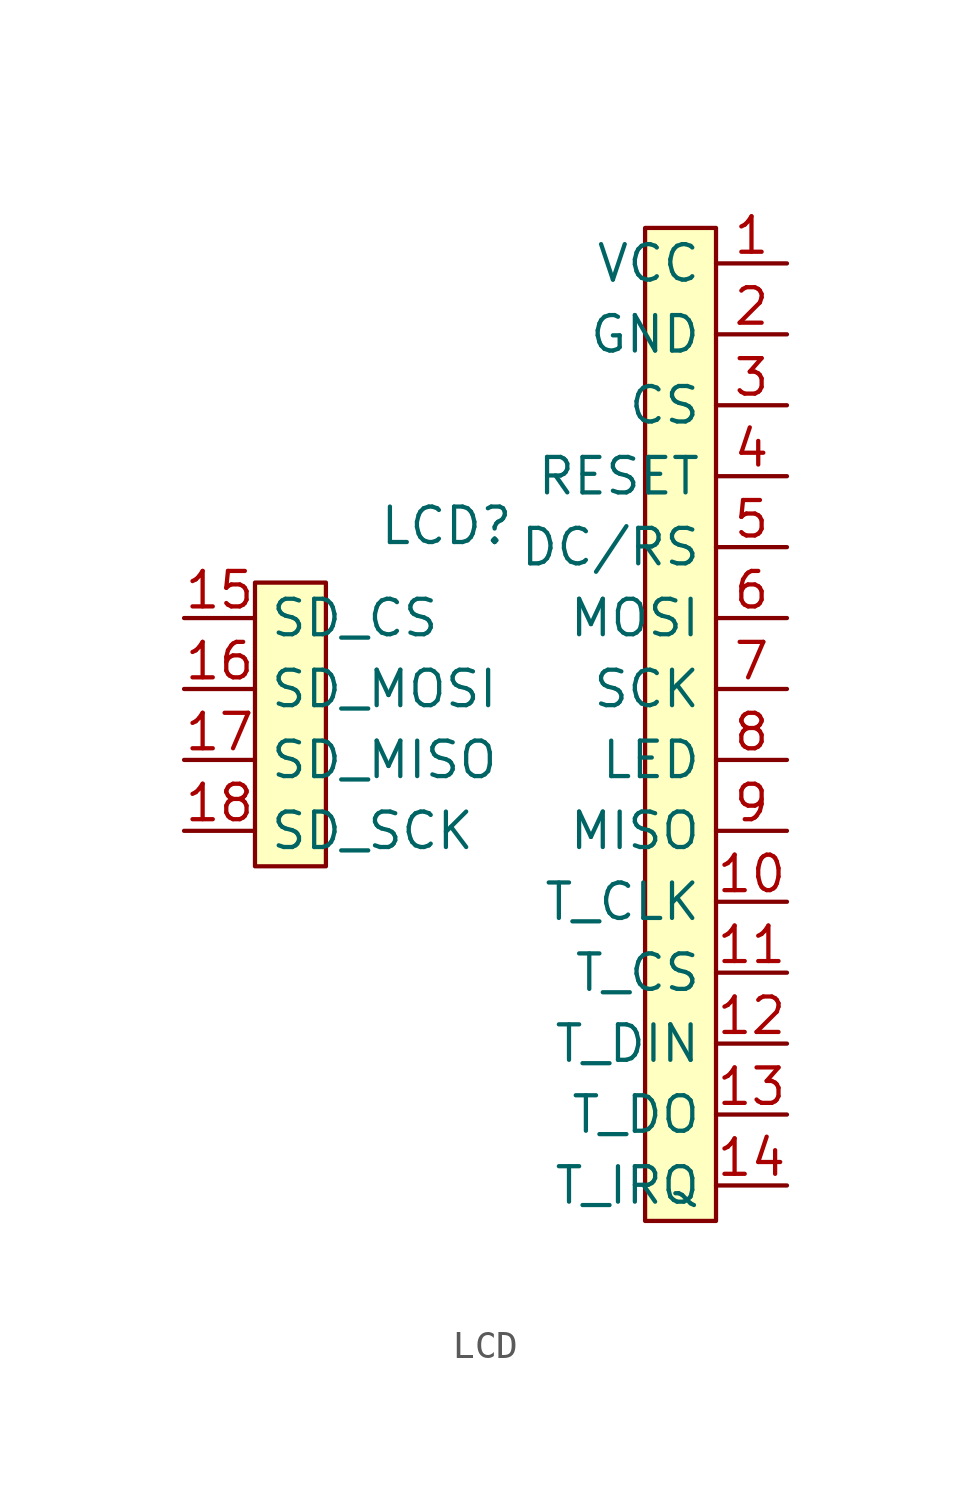
<source format=kicad_sym>
(kicad_symbol_lib
  (version 20241209)
  (generator "kicad_symbol_editor")
  (generator_version "9.0")
  (symbol "LCD"
    (property "Reference" "LCD"
      (at -2.032 7.112 0)
      (effects (font (size 1.27 1.27))))
    (property "Value" ""
      (at 0 0 0)
      (effects (font (size 1.27 1.27))))
    (symbol "LCD_1_1"
      (rectangle (start -8.89 5.08) (end -6.35 -5.08) (stroke (width 0) (type solid)) (fill (type background)))
      (rectangle (start 7.62 -17.78) (end 5.08 17.78) (stroke (width 0) (type solid)) (fill (type background)))
      (pin input line (at -11.43 3.81 0) (length 2.54) (name "SD_CS" (effects (font (size 1.27 1.27)))) (number "15" (effects (font (size 1.27 1.27)))))
      (pin input line (at -11.43 1.27 0) (length 2.54) (name "SD_MOSI" (effects (font (size 1.27 1.27)))) (number "16" (effects (font (size 1.27 1.27)))))
      (pin output line (at -11.43 -1.27 0) (length 2.54) (name "SD_MISO" (effects (font (size 1.27 1.27)))) (number "17" (effects (font (size 1.27 1.27)))))
      (pin input line (at -11.43 -3.81 0) (length 2.54) (name "SD_SCK" (effects (font (size 1.27 1.27)))) (number "18" (effects (font (size 1.27 1.27)))))
      (pin power_in line (at 10.16 16.51 180) (length 2.54) (name "VCC" (effects (font (size 1.27 1.27)))) (number "1" (effects (font (size 1.27 1.27)))))
      (pin power_in line (at 10.16 13.97 180) (length 2.54) (name "GND" (effects (font (size 1.27 1.27)))) (number "2" (effects (font (size 1.27 1.27)))))
      (pin input line (at 10.16 11.43 180) (length 2.54) (name "CS" (effects (font (size 1.27 1.27)))) (number "3" (effects (font (size 1.27 1.27)))))
      (pin input line (at 10.16 8.89 180) (length 2.54) (name "RESET" (effects (font (size 1.27 1.27)))) (number "4" (effects (font (size 1.27 1.27)))))
      (pin input line (at 10.16 6.35 180) (length 2.54) (name "DC/RS" (effects (font (size 1.27 1.27)))) (number "5" (effects (font (size 1.27 1.27)))))
      (pin input line (at 10.16 3.81 180) (length 2.54) (name "MOSI" (effects (font (size 1.27 1.27)))) (number "6" (effects (font (size 1.27 1.27)))))
      (pin input line (at 10.16 1.27 180) (length 2.54) (name "SCK" (effects (font (size 1.27 1.27)))) (number "7" (effects (font (size 1.27 1.27)))))
      (pin input line (at 10.16 -1.27 180) (length 2.54) (name "LED" (effects (font (size 1.27 1.27)))) (number "8" (effects (font (size 1.27 1.27)))))
      (pin output line (at 10.16 -3.81 180) (length 2.54) (name "MISO" (effects (font (size 1.27 1.27)))) (number "9" (effects (font (size 1.27 1.27)))))
      (pin input line (at 10.16 -6.35 180) (length 2.54) (name "T_CLK" (effects (font (size 1.27 1.27)))) (number "10" (effects (font (size 1.27 1.27)))))
      (pin input line (at 10.16 -8.89 180) (length 2.54) (name "T_CS" (effects (font (size 1.27 1.27)))) (number "11" (effects (font (size 1.27 1.27)))))
      (pin input line (at 10.16 -11.43 180) (length 2.54) (name "T_DIN" (effects (font (size 1.27 1.27)))) (number "12" (effects (font (size 1.27 1.27)))))
      (pin output line (at 10.16 -13.97 180) (length 2.54) (name "T_DO" (effects (font (size 1.27 1.27)))) (number "13" (effects (font (size 1.27 1.27)))))
      (pin output line (at 10.16 -16.51 180) (length 2.54) (name "T_IRQ" (effects (font (size 1.27 1.27)))) (number "14" (effects (font (size 1.27 1.27))))))))
</source>
